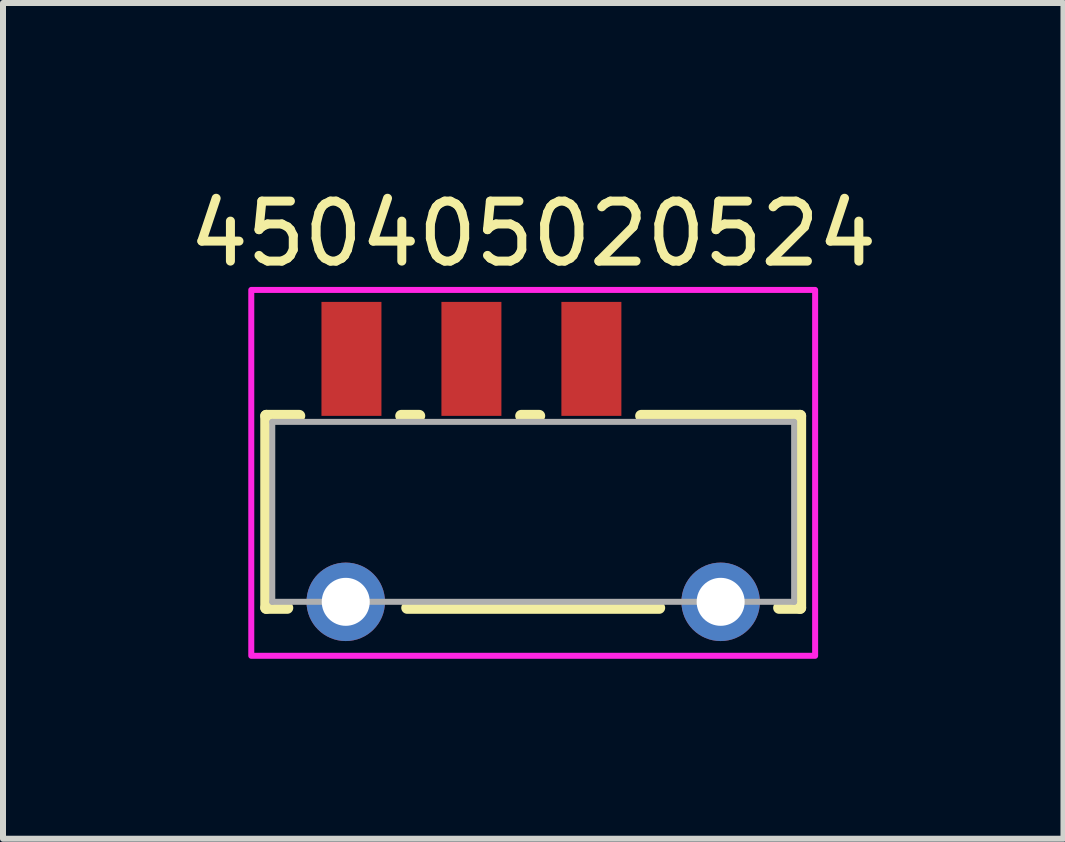
<source format=kicad_pcb>
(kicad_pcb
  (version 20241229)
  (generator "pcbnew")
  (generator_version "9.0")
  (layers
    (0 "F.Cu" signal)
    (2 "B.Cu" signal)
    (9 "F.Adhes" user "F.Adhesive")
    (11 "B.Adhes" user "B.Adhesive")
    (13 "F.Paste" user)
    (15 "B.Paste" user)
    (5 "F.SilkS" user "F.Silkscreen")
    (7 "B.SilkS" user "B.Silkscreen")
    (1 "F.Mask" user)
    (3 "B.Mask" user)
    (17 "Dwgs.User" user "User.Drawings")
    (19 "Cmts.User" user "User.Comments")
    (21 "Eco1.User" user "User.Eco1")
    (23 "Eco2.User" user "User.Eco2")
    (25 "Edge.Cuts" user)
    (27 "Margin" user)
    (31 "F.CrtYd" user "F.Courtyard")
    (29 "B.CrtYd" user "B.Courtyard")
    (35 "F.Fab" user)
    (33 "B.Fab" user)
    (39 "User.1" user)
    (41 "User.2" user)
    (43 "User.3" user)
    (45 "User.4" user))
  (footprint "450405020524"
    (layer "F.Cu")
    (at 5.839 6.983)
    (property "Reference" "450405020524" (at 0 -6.135 0) (layer "F.SilkS") (effects (font (size 1 1) (thickness 0.15))))
    (attr through_hole)
    (fp_line (start -4.45 -3.1) (end -3.9 -3.1) (stroke (width 0.2) (type solid)) (layer "F.SilkS"))
    (fp_line (start -4.45 0.1) (end -4.45 -3.1) (stroke (width 0.2) (type solid)) (layer "F.SilkS"))
    (fp_line (start -4.1 0.1) (end -4.45 0.1) (stroke (width 0.2) (type solid)) (layer "F.SilkS"))
    (fp_line (start -2.2 -3.1) (end -1.9 -3.1) (stroke (width 0.2) (type solid)) (layer "F.SilkS"))
    (fp_line (start -2.1 0.1) (end 2.1 0.1) (stroke (width 0.2) (type solid)) (layer "F.SilkS"))
    (fp_line (start -0.2 -3.1) (end 0.1 -3.1) (stroke (width 0.2) (type solid)) (layer "F.SilkS"))
    (fp_line (start 1.8 -3.1) (end 4.45 -3.1) (stroke (width 0.2) (type solid)) (layer "F.SilkS"))
    (fp_line (start 4.45 -3.1) (end 4.45 0.1) (stroke (width 0.2) (type solid)) (layer "F.SilkS"))
    (fp_line (start 4.45 0.1) (end 4.1 0.1) (stroke (width 0.2) (type solid)) (layer "F.SilkS"))
    (fp_poly (pts (xy -4.7 -5.2) (xy 4.7 -5.2) (xy 4.7 0.9) (xy -4.7 0.9)) (stroke (width 0.1) (type solid)) (fill no) (layer "F.CrtYd"))
    (fp_line (start -4.35 -3) (end 4.35 -3) (stroke (width 0.1) (type solid)) (layer "F.Fab"))
    (fp_line (start -4.35 0) (end -4.35 -3) (stroke (width 0.1) (type solid)) (layer "F.Fab"))
    (fp_line (start 4.35 -3) (end 4.35 0) (stroke (width 0.1) (type solid)) (layer "F.Fab"))
    (fp_line (start 4.35 0) (end -4.35 0) (stroke (width 0.1) (type solid)) (layer "F.Fab"))
    (pad "1" smd rect (at -3.03 -4.05) (size 1 1.9) (layers "F.Cu" "F.Mask" "F.Paste"))
    (pad "2" smd rect (at -1.03 -4.05) (size 1 1.9) (layers "F.Cu" "F.Mask" "F.Paste"))
    (pad "3" smd rect (at 0.97 -4.05) (size 1 1.9) (layers "F.Cu" "F.Mask" "F.Paste"))
    (pad "MH1" thru_hole circle (at -3.125 0) (size 1.308 1.308) (drill 0.8) (layers "*.Cu" "*.Mask"))
    (pad "MH2" thru_hole circle (at 3.125 0) (size 1.308 1.308) (drill 0.8) (layers "*.Cu" "*.Mask")))
  (gr_rect
    (start -3 -3)
    (end 14.679 10.933)
    (stroke (width 0.1) (type default))
    (fill no)
    (layer "Edge.Cuts")))
</source>
